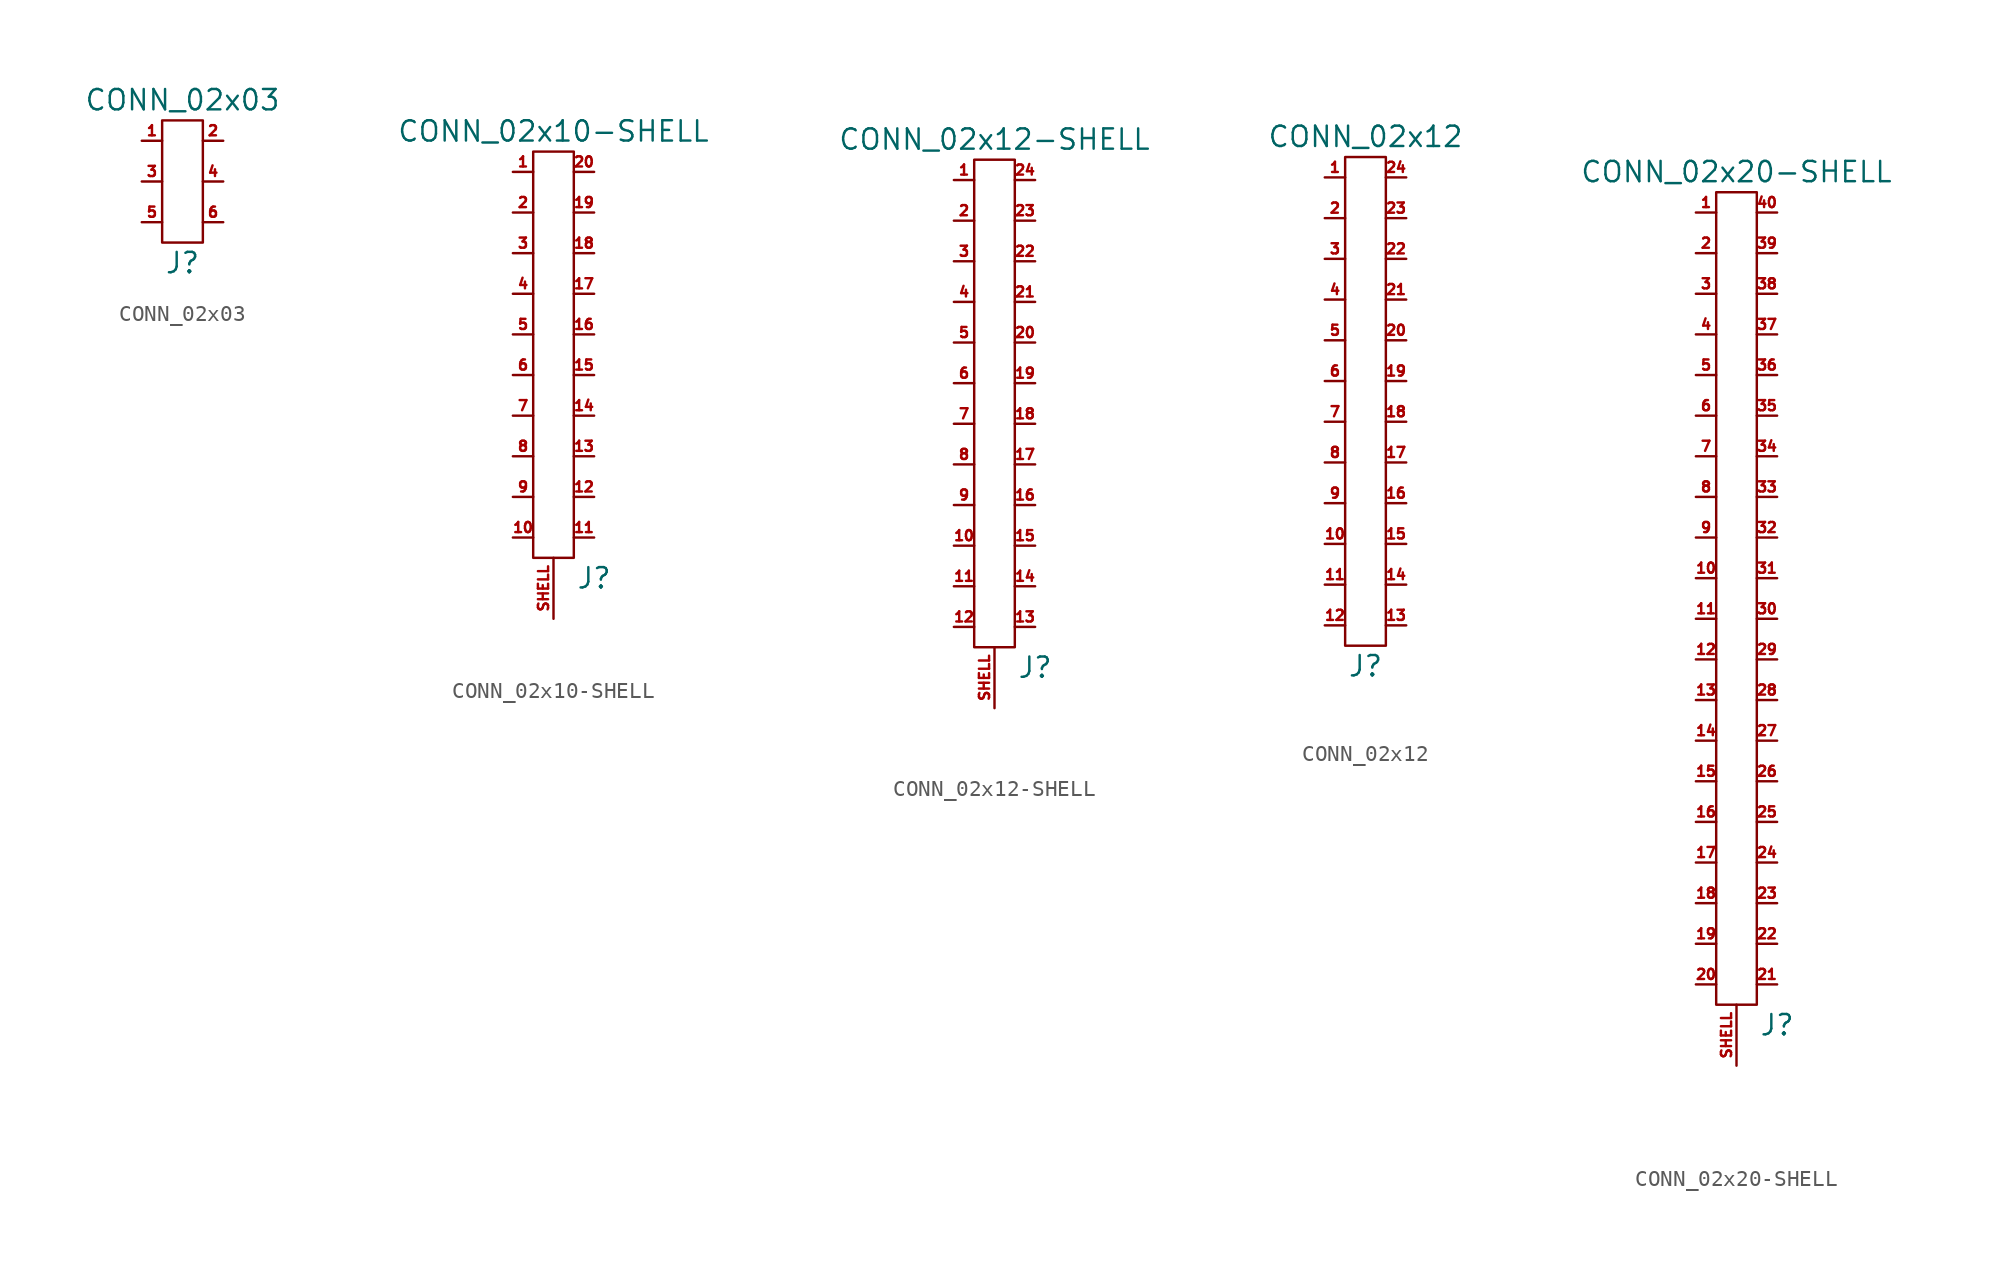
<source format=kicad_sym>
(kicad_symbol_lib
  (version 20220914)
  (generator kicad_symbol_editor)
  (symbol "CONN_02x03"
    (property "Reference" "J"
      (at 0 -5.08 0)
      (effects (font (size 1.27 1.27))))
    (property "Value" "CONN_02x03"
      (at 0 5.08 0)
      (effects (font (size 1.27 1.27))))
    (symbol "CONN_02x03_0_0"
      (pin passive line (at -2.54 2.54 0) (length 1.27) (name "" (effects (font (size 0.635 0.635)))) (number "1" (effects (font (size 0.635 0.635)))))
      (pin passive line (at 2.54 2.54 180) (length 1.27) (name "" (effects (font (size 0.635 0.635)))) (number "2" (effects (font (size 0.635 0.635)))))
      (pin passive line (at -2.54 0 0) (length 1.27) (name "" (effects (font (size 0.635 0.635)))) (number "3" (effects (font (size 0.635 0.635)))))
      (pin passive line (at 2.54 0 180) (length 1.27) (name "" (effects (font (size 0.635 0.635)))) (number "4" (effects (font (size 0.635 0.635)))))
      (pin passive line (at -2.54 -2.54 0) (length 1.27) (name "" (effects (font (size 0.635 0.635)))) (number "5" (effects (font (size 0.635 0.635)))))
      (pin passive line (at 2.54 -2.54 180) (length 1.27) (name "" (effects (font (size 0.635 0.635)))) (number "6" (effects (font (size 0.635 0.635))))))
    (symbol "CONN_02x03_0_1"
      (rectangle (start -1.27 3.81) (end 1.27 -3.81) (stroke (width 0.152) (type default)) (fill (type none)))))
  (symbol "CONN_02x10-SHELL"
    (property "Reference" "J"
      (at 2.54 -15.24 0)
      (effects (font (size 1.27 1.27))))
    (property "Value" "CONN_02x10-SHELL"
      (at 0 12.7 0)
      (effects (font (size 1.27 1.27))))
    (symbol "CONN_02x10-SHELL_0_0"
      (pin passive line (at -2.54 10.16 0) (length 1.27) (name "" (effects (font (size 0.635 0.635)))) (number "1" (effects (font (size 0.635 0.635)))))
      (pin passive line (at -2.54 -12.7 0) (length 1.27) (name "" (effects (font (size 0.635 0.635)))) (number "10" (effects (font (size 0.635 0.635)))))
      (pin passive line (at 2.54 -12.7 180) (length 1.27) (name "" (effects (font (size 0.635 0.635)))) (number "11" (effects (font (size 0.635 0.635)))))
      (pin passive line (at 2.54 -10.16 180) (length 1.27) (name "" (effects (font (size 0.635 0.635)))) (number "12" (effects (font (size 0.635 0.635)))))
      (pin passive line (at 2.54 -7.62 180) (length 1.27) (name "" (effects (font (size 0.635 0.635)))) (number "13" (effects (font (size 0.635 0.635)))))
      (pin passive line (at 2.54 -5.08 180) (length 1.27) (name "" (effects (font (size 0.635 0.635)))) (number "14" (effects (font (size 0.635 0.635)))))
      (pin passive line (at 2.54 -2.54 180) (length 1.27) (name "" (effects (font (size 0.635 0.635)))) (number "15" (effects (font (size 0.635 0.635)))))
      (pin passive line (at 2.54 0 180) (length 1.27) (name "" (effects (font (size 0.635 0.635)))) (number "16" (effects (font (size 0.635 0.635)))))
      (pin passive line (at 2.54 2.54 180) (length 1.27) (name "" (effects (font (size 0.635 0.635)))) (number "17" (effects (font (size 0.635 0.635)))))
      (pin passive line (at 2.54 5.08 180) (length 1.27) (name "" (effects (font (size 0.635 0.635)))) (number "18" (effects (font (size 0.635 0.635)))))
      (pin passive line (at 2.54 7.62 180) (length 1.27) (name "" (effects (font (size 0.635 0.635)))) (number "19" (effects (font (size 0.635 0.635)))))
      (pin passive line (at -2.54 7.62 0) (length 1.27) (name "" (effects (font (size 0.635 0.635)))) (number "2" (effects (font (size 0.635 0.635)))))
      (pin passive line (at 2.54 10.16 180) (length 1.27) (name "" (effects (font (size 0.635 0.635)))) (number "20" (effects (font (size 0.635 0.635)))))
      (pin passive line (at -2.54 5.08 0) (length 1.27) (name "" (effects (font (size 0.635 0.635)))) (number "3" (effects (font (size 0.635 0.635)))))
      (pin passive line (at -2.54 2.54 0) (length 1.27) (name "" (effects (font (size 0.635 0.635)))) (number "4" (effects (font (size 0.635 0.635)))))
      (pin passive line (at -2.54 0 0) (length 1.27) (name "" (effects (font (size 0.635 0.635)))) (number "5" (effects (font (size 0.635 0.635)))))
      (pin passive line (at -2.54 -2.54 0) (length 1.27) (name "" (effects (font (size 0.635 0.635)))) (number "6" (effects (font (size 0.635 0.635)))))
      (pin passive line (at -2.54 -5.08 0) (length 1.27) (name "" (effects (font (size 0.635 0.635)))) (number "7" (effects (font (size 0.635 0.635)))))
      (pin passive line (at -2.54 -7.62 0) (length 1.27) (name "" (effects (font (size 0.635 0.635)))) (number "8" (effects (font (size 0.635 0.635)))))
      (pin passive line (at -2.54 -10.16 0) (length 1.27) (name "" (effects (font (size 0.635 0.635)))) (number "9" (effects (font (size 0.635 0.635)))))
      (pin passive line (at 0 -17.78 90) (length 3.81) (name "" (effects (font (size 0.635 0.635)))) (number "SHELL" (effects (font (size 0.635 0.635))))))
    (symbol "CONN_02x10-SHELL_0_1"
      (rectangle (start -1.27 11.43) (end 1.27 -13.97) (stroke (width 0) (type default)) (fill (type none)))))
  (symbol "CONN_02x12-SHELL"
    (property "Reference" "J"
      (at 2.54 -15.24 0)
      (effects (font (size 1.27 1.27))))
    (property "Value" "CONN_02x12-SHELL"
      (at 0 17.78 0)
      (effects (font (size 1.27 1.27))))
    (symbol "CONN_02x12-SHELL_0_0"
      (pin passive line (at -2.54 15.24 0) (length 1.27) (name "" (effects (font (size 0.635 0.635)))) (number "1" (effects (font (size 0.635 0.635)))))
      (pin passive line (at -2.54 -7.62 0) (length 1.27) (name "" (effects (font (size 0.635 0.635)))) (number "10" (effects (font (size 0.635 0.635)))))
      (pin passive line (at -2.54 -10.16 0) (length 1.27) (name "" (effects (font (size 0.635 0.635)))) (number "11" (effects (font (size 0.635 0.635)))))
      (pin passive line (at -2.54 -12.7 0) (length 1.27) (name "" (effects (font (size 0.635 0.635)))) (number "12" (effects (font (size 0.635 0.635)))))
      (pin passive line (at 2.54 -12.7 180) (length 1.27) (name "" (effects (font (size 0.635 0.635)))) (number "13" (effects (font (size 0.635 0.635)))))
      (pin passive line (at 2.54 -10.16 180) (length 1.27) (name "" (effects (font (size 0.635 0.635)))) (number "14" (effects (font (size 0.635 0.635)))))
      (pin passive line (at 2.54 -7.62 180) (length 1.27) (name "" (effects (font (size 0.635 0.635)))) (number "15" (effects (font (size 0.635 0.635)))))
      (pin passive line (at 2.54 -5.08 180) (length 1.27) (name "" (effects (font (size 0.635 0.635)))) (number "16" (effects (font (size 0.635 0.635)))))
      (pin passive line (at 2.54 -2.54 180) (length 1.27) (name "" (effects (font (size 0.635 0.635)))) (number "17" (effects (font (size 0.635 0.635)))))
      (pin passive line (at 2.54 0 180) (length 1.27) (name "" (effects (font (size 0.635 0.635)))) (number "18" (effects (font (size 0.635 0.635)))))
      (pin passive line (at 2.54 2.54 180) (length 1.27) (name "" (effects (font (size 0.635 0.635)))) (number "19" (effects (font (size 0.635 0.635)))))
      (pin passive line (at -2.54 12.7 0) (length 1.27) (name "" (effects (font (size 0.635 0.635)))) (number "2" (effects (font (size 0.635 0.635)))))
      (pin passive line (at 2.54 5.08 180) (length 1.27) (name "" (effects (font (size 0.635 0.635)))) (number "20" (effects (font (size 0.635 0.635)))))
      (pin passive line (at 2.54 7.62 180) (length 1.27) (name "" (effects (font (size 0.635 0.635)))) (number "21" (effects (font (size 0.635 0.635)))))
      (pin passive line (at 2.54 10.16 180) (length 1.27) (name "" (effects (font (size 0.635 0.635)))) (number "22" (effects (font (size 0.635 0.635)))))
      (pin passive line (at 2.54 12.7 180) (length 1.27) (name "" (effects (font (size 0.635 0.635)))) (number "23" (effects (font (size 0.635 0.635)))))
      (pin passive line (at 2.54 15.24 180) (length 1.27) (name "" (effects (font (size 0.635 0.635)))) (number "24" (effects (font (size 0.635 0.635)))))
      (pin passive line (at -2.54 10.16 0) (length 1.27) (name "" (effects (font (size 0.635 0.635)))) (number "3" (effects (font (size 0.635 0.635)))))
      (pin passive line (at -2.54 7.62 0) (length 1.27) (name "" (effects (font (size 0.635 0.635)))) (number "4" (effects (font (size 0.635 0.635)))))
      (pin passive line (at -2.54 5.08 0) (length 1.27) (name "" (effects (font (size 0.635 0.635)))) (number "5" (effects (font (size 0.635 0.635)))))
      (pin passive line (at -2.54 2.54 0) (length 1.27) (name "" (effects (font (size 0.635 0.635)))) (number "6" (effects (font (size 0.635 0.635)))))
      (pin passive line (at -2.54 0 0) (length 1.27) (name "" (effects (font (size 0.635 0.635)))) (number "7" (effects (font (size 0.635 0.635)))))
      (pin passive line (at -2.54 -2.54 0) (length 1.27) (name "" (effects (font (size 0.635 0.635)))) (number "8" (effects (font (size 0.635 0.635)))))
      (pin passive line (at -2.54 -5.08 0) (length 1.27) (name "" (effects (font (size 0.635 0.635)))) (number "9" (effects (font (size 0.635 0.635)))))
      (pin passive line (at 0 -17.78 90) (length 3.81) (name "" (effects (font (size 0.635 0.635)))) (number "SHELL" (effects (font (size 0.635 0.635))))))
    (symbol "CONN_02x12-SHELL_0_1"
      (rectangle (start -1.27 16.51) (end 1.27 -13.97) (stroke (width 0) (type default)) (fill (type none)))))
  (symbol "CONN_02x12"
    (property "Reference" "J"
      (at 0 -15.24 0)
      (effects (font (size 1.27 1.27))))
    (property "Value" "CONN_02x12"
      (at 0 17.78 0)
      (effects (font (size 1.27 1.27))))
    (symbol "CONN_02x12_0_0"
      (pin passive line (at -2.54 15.24 0) (length 1.27) (name "" (effects (font (size 0.635 0.635)))) (number "1" (effects (font (size 0.635 0.635)))))
      (pin passive line (at -2.54 -7.62 0) (length 1.27) (name "" (effects (font (size 0.635 0.635)))) (number "10" (effects (font (size 0.635 0.635)))))
      (pin passive line (at -2.54 -10.16 0) (length 1.27) (name "" (effects (font (size 0.635 0.635)))) (number "11" (effects (font (size 0.635 0.635)))))
      (pin passive line (at -2.54 -12.7 0) (length 1.27) (name "" (effects (font (size 0.635 0.635)))) (number "12" (effects (font (size 0.635 0.635)))))
      (pin passive line (at 2.54 -12.7 180) (length 1.27) (name "" (effects (font (size 0.635 0.635)))) (number "13" (effects (font (size 0.635 0.635)))))
      (pin passive line (at 2.54 -10.16 180) (length 1.27) (name "" (effects (font (size 0.635 0.635)))) (number "14" (effects (font (size 0.635 0.635)))))
      (pin passive line (at 2.54 -7.62 180) (length 1.27) (name "" (effects (font (size 0.635 0.635)))) (number "15" (effects (font (size 0.635 0.635)))))
      (pin passive line (at 2.54 -5.08 180) (length 1.27) (name "" (effects (font (size 0.635 0.635)))) (number "16" (effects (font (size 0.635 0.635)))))
      (pin passive line (at 2.54 -2.54 180) (length 1.27) (name "" (effects (font (size 0.635 0.635)))) (number "17" (effects (font (size 0.635 0.635)))))
      (pin passive line (at 2.54 0 180) (length 1.27) (name "" (effects (font (size 0.635 0.635)))) (number "18" (effects (font (size 0.635 0.635)))))
      (pin passive line (at 2.54 2.54 180) (length 1.27) (name "" (effects (font (size 0.635 0.635)))) (number "19" (effects (font (size 0.635 0.635)))))
      (pin passive line (at -2.54 12.7 0) (length 1.27) (name "" (effects (font (size 0.635 0.635)))) (number "2" (effects (font (size 0.635 0.635)))))
      (pin passive line (at 2.54 5.08 180) (length 1.27) (name "" (effects (font (size 0.635 0.635)))) (number "20" (effects (font (size 0.635 0.635)))))
      (pin passive line (at 2.54 7.62 180) (length 1.27) (name "" (effects (font (size 0.635 0.635)))) (number "21" (effects (font (size 0.635 0.635)))))
      (pin passive line (at 2.54 10.16 180) (length 1.27) (name "" (effects (font (size 0.635 0.635)))) (number "22" (effects (font (size 0.635 0.635)))))
      (pin passive line (at 2.54 12.7 180) (length 1.27) (name "" (effects (font (size 0.635 0.635)))) (number "23" (effects (font (size 0.635 0.635)))))
      (pin passive line (at 2.54 15.24 180) (length 1.27) (name "" (effects (font (size 0.635 0.635)))) (number "24" (effects (font (size 0.635 0.635)))))
      (pin passive line (at -2.54 10.16 0) (length 1.27) (name "" (effects (font (size 0.635 0.635)))) (number "3" (effects (font (size 0.635 0.635)))))
      (pin passive line (at -2.54 7.62 0) (length 1.27) (name "" (effects (font (size 0.635 0.635)))) (number "4" (effects (font (size 0.635 0.635)))))
      (pin passive line (at -2.54 5.08 0) (length 1.27) (name "" (effects (font (size 0.635 0.635)))) (number "5" (effects (font (size 0.635 0.635)))))
      (pin passive line (at -2.54 2.54 0) (length 1.27) (name "" (effects (font (size 0.635 0.635)))) (number "6" (effects (font (size 0.635 0.635)))))
      (pin passive line (at -2.54 0 0) (length 1.27) (name "" (effects (font (size 0.635 0.635)))) (number "7" (effects (font (size 0.635 0.635)))))
      (pin passive line (at -2.54 -2.54 0) (length 1.27) (name "" (effects (font (size 0.635 0.635)))) (number "8" (effects (font (size 0.635 0.635)))))
      (pin passive line (at -2.54 -5.08 0) (length 1.27) (name "" (effects (font (size 0.635 0.635)))) (number "9" (effects (font (size 0.635 0.635))))))
    (symbol "CONN_02x12_0_1"
      (rectangle (start -1.27 16.51) (end 1.27 -13.97) (stroke (width 0) (type default)) (fill (type none)))))
  (symbol "CONN_02x20-SHELL"
    (property "Reference" "J"
      (at 2.54 -27.94 0)
      (effects (font (size 1.27 1.27))))
    (property "Value" "CONN_02x20-SHELL"
      (at 0 25.4 0)
      (effects (font (size 1.27 1.27))))
    (symbol "CONN_02x20-SHELL_0_0"
      (pin passive line (at -2.54 22.86 0) (length 1.27) (name "" (effects (font (size 0.635 0.635)))) (number "1" (effects (font (size 0.635 0.635)))))
      (pin passive line (at -2.54 0 0) (length 1.27) (name "" (effects (font (size 0.635 0.635)))) (number "10" (effects (font (size 0.635 0.635)))))
      (pin passive line (at -2.54 -2.54 0) (length 1.27) (name "" (effects (font (size 0.635 0.635)))) (number "11" (effects (font (size 0.635 0.635)))))
      (pin passive line (at -2.54 -5.08 0) (length 1.27) (name "" (effects (font (size 0.635 0.635)))) (number "12" (effects (font (size 0.635 0.635)))))
      (pin passive line (at -2.54 -7.62 0) (length 1.27) (name "" (effects (font (size 0.635 0.635)))) (number "13" (effects (font (size 0.635 0.635)))))
      (pin passive line (at -2.54 -10.16 0) (length 1.27) (name "" (effects (font (size 0.635 0.635)))) (number "14" (effects (font (size 0.635 0.635)))))
      (pin passive line (at -2.54 -12.7 0) (length 1.27) (name "" (effects (font (size 0.635 0.635)))) (number "15" (effects (font (size 0.635 0.635)))))
      (pin passive line (at -2.54 -15.24 0) (length 1.27) (name "" (effects (font (size 0.635 0.635)))) (number "16" (effects (font (size 0.635 0.635)))))
      (pin passive line (at -2.54 -17.78 0) (length 1.27) (name "" (effects (font (size 0.635 0.635)))) (number "17" (effects (font (size 0.635 0.635)))))
      (pin passive line (at -2.54 -20.32 0) (length 1.27) (name "" (effects (font (size 0.635 0.635)))) (number "18" (effects (font (size 0.635 0.635)))))
      (pin passive line (at -2.54 -22.86 0) (length 1.27) (name "" (effects (font (size 0.635 0.635)))) (number "19" (effects (font (size 0.635 0.635)))))
      (pin passive line (at -2.54 20.32 0) (length 1.27) (name "" (effects (font (size 0.635 0.635)))) (number "2" (effects (font (size 0.635 0.635)))))
      (pin passive line (at -2.54 -25.4 0) (length 1.27) (name "" (effects (font (size 0.635 0.635)))) (number "20" (effects (font (size 0.635 0.635)))))
      (pin passive line (at 2.54 -25.4 180) (length 1.27) (name "" (effects (font (size 0.635 0.635)))) (number "21" (effects (font (size 0.635 0.635)))))
      (pin passive line (at 2.54 -22.86 180) (length 1.27) (name "" (effects (font (size 0.635 0.635)))) (number "22" (effects (font (size 0.635 0.635)))))
      (pin passive line (at 2.54 -20.32 180) (length 1.27) (name "" (effects (font (size 0.635 0.635)))) (number "23" (effects (font (size 0.635 0.635)))))
      (pin passive line (at 2.54 -17.78 180) (length 1.27) (name "" (effects (font (size 0.635 0.635)))) (number "24" (effects (font (size 0.635 0.635)))))
      (pin passive line (at 2.54 -15.24 180) (length 1.27) (name "" (effects (font (size 0.635 0.635)))) (number "25" (effects (font (size 0.635 0.635)))))
      (pin passive line (at 2.54 -12.7 180) (length 1.27) (name "" (effects (font (size 0.635 0.635)))) (number "26" (effects (font (size 0.635 0.635)))))
      (pin passive line (at 2.54 -10.16 180) (length 1.27) (name "" (effects (font (size 0.635 0.635)))) (number "27" (effects (font (size 0.635 0.635)))))
      (pin passive line (at 2.54 -7.62 180) (length 1.27) (name "" (effects (font (size 0.635 0.635)))) (number "28" (effects (font (size 0.635 0.635)))))
      (pin passive line (at 2.54 -5.08 180) (length 1.27) (name "" (effects (font (size 0.635 0.635)))) (number "29" (effects (font (size 0.635 0.635)))))
      (pin passive line (at -2.54 17.78 0) (length 1.27) (name "" (effects (font (size 0.635 0.635)))) (number "3" (effects (font (size 0.635 0.635)))))
      (pin passive line (at 2.54 -2.54 180) (length 1.27) (name "" (effects (font (size 0.635 0.635)))) (number "30" (effects (font (size 0.635 0.635)))))
      (pin passive line (at 2.54 0 180) (length 1.27) (name "" (effects (font (size 0.635 0.635)))) (number "31" (effects (font (size 0.635 0.635)))))
      (pin passive line (at 2.54 2.54 180) (length 1.27) (name "" (effects (font (size 0.635 0.635)))) (number "32" (effects (font (size 0.635 0.635)))))
      (pin passive line (at 2.54 5.08 180) (length 1.27) (name "" (effects (font (size 0.635 0.635)))) (number "33" (effects (font (size 0.635 0.635)))))
      (pin passive line (at 2.54 7.62 180) (length 1.27) (name "" (effects (font (size 0.635 0.635)))) (number "34" (effects (font (size 0.635 0.635)))))
      (pin passive line (at 2.54 10.16 180) (length 1.27) (name "" (effects (font (size 0.635 0.635)))) (number "35" (effects (font (size 0.635 0.635)))))
      (pin passive line (at 2.54 12.7 180) (length 1.27) (name "" (effects (font (size 0.635 0.635)))) (number "36" (effects (font (size 0.635 0.635)))))
      (pin passive line (at 2.54 15.24 180) (length 1.27) (name "" (effects (font (size 0.635 0.635)))) (number "37" (effects (font (size 0.635 0.635)))))
      (pin passive line (at 2.54 17.78 180) (length 1.27) (name "" (effects (font (size 0.635 0.635)))) (number "38" (effects (font (size 0.635 0.635)))))
      (pin passive line (at 2.54 20.32 180) (length 1.27) (name "" (effects (font (size 0.635 0.635)))) (number "39" (effects (font (size 0.635 0.635)))))
      (pin passive line (at -2.54 15.24 0) (length 1.27) (name "" (effects (font (size 0.635 0.635)))) (number "4" (effects (font (size 0.635 0.635)))))
      (pin passive line (at 2.54 22.86 180) (length 1.27) (name "" (effects (font (size 0.635 0.635)))) (number "40" (effects (font (size 0.635 0.635)))))
      (pin passive line (at -2.54 12.7 0) (length 1.27) (name "" (effects (font (size 0.635 0.635)))) (number "5" (effects (font (size 0.635 0.635)))))
      (pin passive line (at -2.54 10.16 0) (length 1.27) (name "" (effects (font (size 0.635 0.635)))) (number "6" (effects (font (size 0.635 0.635)))))
      (pin passive line (at -2.54 7.62 0) (length 1.27) (name "" (effects (font (size 0.635 0.635)))) (number "7" (effects (font (size 0.635 0.635)))))
      (pin passive line (at -2.54 5.08 0) (length 1.27) (name "" (effects (font (size 0.635 0.635)))) (number "8" (effects (font (size 0.635 0.635)))))
      (pin passive line (at -2.54 2.54 0) (length 1.27) (name "" (effects (font (size 0.635 0.635)))) (number "9" (effects (font (size 0.635 0.635)))))
      (pin passive line (at 0 -30.48 90) (length 3.81) (name "" (effects (font (size 0.635 0.635)))) (number "SHELL" (effects (font (size 0.635 0.635))))))
    (symbol "CONN_02x20-SHELL_0_1"
      (rectangle (start -1.27 24.13) (end 1.27 -26.67) (stroke (width 0) (type default)) (fill (type none))))))
</source>
